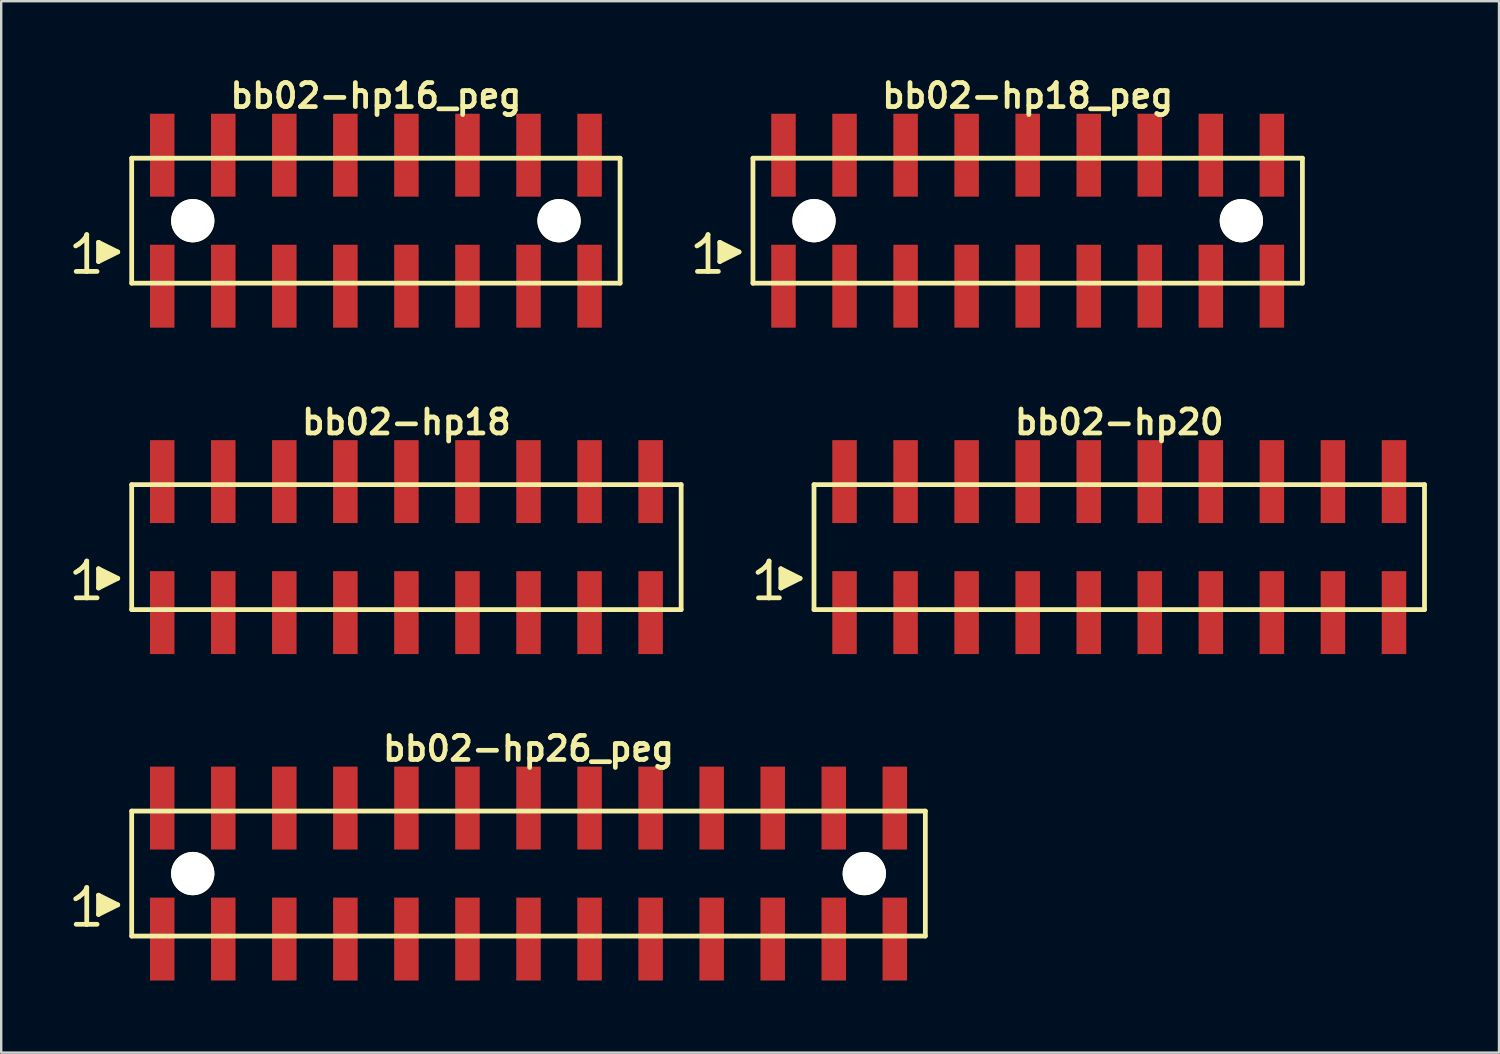
<source format=kicad_pcb>
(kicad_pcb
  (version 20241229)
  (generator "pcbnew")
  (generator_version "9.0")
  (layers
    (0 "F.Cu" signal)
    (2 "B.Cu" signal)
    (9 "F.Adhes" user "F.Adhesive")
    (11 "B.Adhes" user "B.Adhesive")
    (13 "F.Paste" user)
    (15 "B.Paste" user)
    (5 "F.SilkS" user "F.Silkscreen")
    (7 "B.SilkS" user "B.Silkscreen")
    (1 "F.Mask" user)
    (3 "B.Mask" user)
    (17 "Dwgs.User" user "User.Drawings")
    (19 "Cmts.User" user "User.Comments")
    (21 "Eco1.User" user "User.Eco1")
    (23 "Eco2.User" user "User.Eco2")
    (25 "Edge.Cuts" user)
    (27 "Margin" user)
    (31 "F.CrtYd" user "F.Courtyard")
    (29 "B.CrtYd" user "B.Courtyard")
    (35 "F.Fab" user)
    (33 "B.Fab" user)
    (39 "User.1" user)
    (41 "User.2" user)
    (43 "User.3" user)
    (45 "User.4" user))
  (footprint "bb02-hp18_peg"
    (layer "F.Cu")
    (at 39.707 6.132)
    (property "Reference" "bb02-hp18_peg" (at 0 -5.2 0) (layer "F.SilkS") (effects (font (size 0.998 0.998) (thickness 0.198))))
    (attr smd)
    (fp_line (start -13.76 1.05) (end -13.63 0.97) (stroke (width 0.198) (type solid)) (layer "F.SilkS"))
    (fp_line (start -13.63 0.97) (end -13.47 0.84) (stroke (width 0.198) (type solid)) (layer "F.SilkS"))
    (fp_line (start -13.47 0.84) (end -13.33 0.67) (stroke (width 0.198) (type solid)) (layer "F.SilkS"))
    (fp_line (start -13.33 0.67) (end -13.3 0.58) (stroke (width 0.198) (type solid)) (layer "F.SilkS"))
    (fp_line (start -13.3 0.58) (end -13.3 2.11) (stroke (width 0.198) (type solid)) (layer "F.SilkS"))
    (fp_line (start -13.3 2.11) (end -13.74 2.11) (stroke (width 0.198) (type solid)) (layer "F.SilkS"))
    (fp_line (start -12.87 2.11) (end -13.31 2.11) (stroke (width 0.198) (type solid)) (layer "F.SilkS"))
    (fp_line (start -12.81 0.9) (end -12.01 1.3) (stroke (width 0.198) (type solid)) (layer "F.SilkS"))
    (fp_line (start -12.81 1.7) (end -12.81 0.9) (stroke (width 0.198) (type solid)) (layer "F.SilkS"))
    (fp_line (start -12.71 1.6) (end -12.71 1) (stroke (width 0.198) (type solid)) (layer "F.SilkS"))
    (fp_line (start -12.61 1.1) (end -12.61 1.5) (stroke (width 0.198) (type solid)) (layer "F.SilkS"))
    (fp_line (start -12.51 1.5) (end -12.51 1.1) (stroke (width 0.198) (type solid)) (layer "F.SilkS"))
    (fp_line (start -12.41 1.2) (end -12.41 1.4) (stroke (width 0.198) (type solid)) (layer "F.SilkS"))
    (fp_line (start -12.31 1.4) (end -12.31 1.2) (stroke (width 0.198) (type solid)) (layer "F.SilkS"))
    (fp_line (start -12.01 1.3) (end -12.81 1.7) (stroke (width 0.198) (type solid)) (layer "F.SilkS"))
    (fp_line (start -11.43 -2.6) (end -11.43 2.6) (stroke (width 0.198) (type solid)) (layer "F.SilkS"))
    (fp_line (start -11.43 -2.6) (end 11.43 -2.6) (stroke (width 0.198) (type solid)) (layer "F.SilkS"))
    (fp_line (start 11.43 2.6) (end -11.43 2.6) (stroke (width 0.198) (type solid)) (layer "F.SilkS"))
    (fp_line (start 11.43 2.6) (end 11.43 -2.6) (stroke (width 0.198) (type solid)) (layer "F.SilkS"))
    (pad "" np_thru_hole circle (at -8.89 0) (size 1.8 1.8) (drill 1.8) (layers "*.Cu" "*.Mask" "F.SilkS"))
    (pad "" np_thru_hole circle (at 8.89 0) (size 1.8 1.8) (drill 1.8) (layers "*.Cu" "*.Mask" "F.SilkS"))
    (pad "1" smd rect (at -10.16 2.725) (size 1.02 3.45) (layers "F.Cu" "F.Mask" "F.Paste"))
    (pad "2" smd rect (at -10.16 -2.725) (size 1.02 3.45) (layers "F.Cu" "F.Mask" "F.Paste"))
    (pad "3" smd rect (at -7.62 2.725) (size 1.02 3.45) (layers "F.Cu" "F.Mask" "F.Paste"))
    (pad "4" smd rect (at -7.62 -2.725) (size 1.02 3.45) (layers "F.Cu" "F.Mask" "F.Paste"))
    (pad "5" smd rect (at -5.08 2.725) (size 1.02 3.45) (layers "F.Cu" "F.Mask" "F.Paste"))
    (pad "6" smd rect (at -5.08 -2.725) (size 1.02 3.45) (layers "F.Cu" "F.Mask" "F.Paste"))
    (pad "7" smd rect (at -2.54 2.725) (size 1.02 3.45) (layers "F.Cu" "F.Mask" "F.Paste"))
    (pad "8" smd rect (at -2.54 -2.725) (size 1.02 3.45) (layers "F.Cu" "F.Mask" "F.Paste"))
    (pad "9" smd rect (at 0 2.725) (size 1.02 3.45) (layers "F.Cu" "F.Mask" "F.Paste"))
    (pad "10" smd rect (at 0 -2.725) (size 1.02 3.45) (layers "F.Cu" "F.Mask" "F.Paste"))
    (pad "11" smd rect (at 2.54 2.725) (size 1.02 3.45) (layers "F.Cu" "F.Mask" "F.Paste"))
    (pad "12" smd rect (at 2.54 -2.725) (size 1.02 3.45) (layers "F.Cu" "F.Mask" "F.Paste"))
    (pad "13" smd rect (at 5.08 2.725) (size 1.02 3.45) (layers "F.Cu" "F.Mask" "F.Paste"))
    (pad "14" smd rect (at 5.08 -2.725) (size 1.02 3.45) (layers "F.Cu" "F.Mask" "F.Paste"))
    (pad "15" smd rect (at 7.62 2.725) (size 1.02 3.45) (layers "F.Cu" "F.Mask" "F.Paste"))
    (pad "16" smd rect (at 7.62 -2.725) (size 1.02 3.45) (layers "F.Cu" "F.Mask" "F.Paste"))
    (pad "17" smd rect (at 10.16 2.725) (size 1.02 3.45) (layers "F.Cu" "F.Mask" "F.Paste"))
    (pad "18" smd rect (at 10.16 -2.725) (size 1.02 3.45) (layers "F.Cu" "F.Mask" "F.Paste")))
  (footprint "bb02-hp20"
    (layer "F.Cu")
    (at 43.517 19.713)
    (property "Reference" "bb02-hp20" (at 0 -5.2 0) (layer "F.SilkS") (effects (font (size 0.998 0.998) (thickness 0.198))))
    (attr smd)
    (fp_line (start -15.03 1.05) (end -14.9 0.97) (stroke (width 0.198) (type solid)) (layer "F.SilkS"))
    (fp_line (start -14.9 0.97) (end -14.74 0.84) (stroke (width 0.198) (type solid)) (layer "F.SilkS"))
    (fp_line (start -14.74 0.84) (end -14.6 0.67) (stroke (width 0.198) (type solid)) (layer "F.SilkS"))
    (fp_line (start -14.6 0.67) (end -14.57 0.58) (stroke (width 0.198) (type solid)) (layer "F.SilkS"))
    (fp_line (start -14.57 0.58) (end -14.57 2.11) (stroke (width 0.198) (type solid)) (layer "F.SilkS"))
    (fp_line (start -14.57 2.11) (end -15.01 2.11) (stroke (width 0.198) (type solid)) (layer "F.SilkS"))
    (fp_line (start -14.14 2.11) (end -14.58 2.11) (stroke (width 0.198) (type solid)) (layer "F.SilkS"))
    (fp_line (start -14.08 0.9) (end -13.28 1.3) (stroke (width 0.198) (type solid)) (layer "F.SilkS"))
    (fp_line (start -14.08 1.7) (end -14.08 0.9) (stroke (width 0.198) (type solid)) (layer "F.SilkS"))
    (fp_line (start -13.98 1.6) (end -13.98 1) (stroke (width 0.198) (type solid)) (layer "F.SilkS"))
    (fp_line (start -13.88 1.1) (end -13.88 1.5) (stroke (width 0.198) (type solid)) (layer "F.SilkS"))
    (fp_line (start -13.78 1.5) (end -13.78 1.1) (stroke (width 0.198) (type solid)) (layer "F.SilkS"))
    (fp_line (start -13.68 1.2) (end -13.68 1.4) (stroke (width 0.198) (type solid)) (layer "F.SilkS"))
    (fp_line (start -13.58 1.4) (end -13.58 1.2) (stroke (width 0.198) (type solid)) (layer "F.SilkS"))
    (fp_line (start -13.28 1.3) (end -14.08 1.7) (stroke (width 0.198) (type solid)) (layer "F.SilkS"))
    (fp_line (start -12.7 -2.6) (end -12.7 2.6) (stroke (width 0.198) (type solid)) (layer "F.SilkS"))
    (fp_line (start -12.7 -2.6) (end 12.7 -2.6) (stroke (width 0.198) (type solid)) (layer "F.SilkS"))
    (fp_line (start 12.7 2.6) (end -12.7 2.6) (stroke (width 0.198) (type solid)) (layer "F.SilkS"))
    (fp_line (start 12.7 2.6) (end 12.7 -2.6) (stroke (width 0.198) (type solid)) (layer "F.SilkS"))
    (pad "1" smd rect (at -11.43 2.725) (size 1.02 3.45) (layers "F.Cu" "F.Mask" "F.Paste"))
    (pad "2" smd rect (at -11.43 -2.725) (size 1.02 3.45) (layers "F.Cu" "F.Mask" "F.Paste"))
    (pad "3" smd rect (at -8.89 2.725) (size 1.02 3.45) (layers "F.Cu" "F.Mask" "F.Paste"))
    (pad "4" smd rect (at -8.89 -2.725) (size 1.02 3.45) (layers "F.Cu" "F.Mask" "F.Paste"))
    (pad "5" smd rect (at -6.35 2.725) (size 1.02 3.45) (layers "F.Cu" "F.Mask" "F.Paste"))
    (pad "6" smd rect (at -6.35 -2.725) (size 1.02 3.45) (layers "F.Cu" "F.Mask" "F.Paste"))
    (pad "7" smd rect (at -3.81 2.725) (size 1.02 3.45) (layers "F.Cu" "F.Mask" "F.Paste"))
    (pad "8" smd rect (at -3.81 -2.725) (size 1.02 3.45) (layers "F.Cu" "F.Mask" "F.Paste"))
    (pad "9" smd rect (at -1.27 2.725) (size 1.02 3.45) (layers "F.Cu" "F.Mask" "F.Paste"))
    (pad "10" smd rect (at -1.27 -2.725) (size 1.02 3.45) (layers "F.Cu" "F.Mask" "F.Paste"))
    (pad "11" smd rect (at 1.27 2.725) (size 1.02 3.45) (layers "F.Cu" "F.Mask" "F.Paste"))
    (pad "12" smd rect (at 1.27 -2.725) (size 1.02 3.45) (layers "F.Cu" "F.Mask" "F.Paste"))
    (pad "13" smd rect (at 3.81 2.725) (size 1.02 3.45) (layers "F.Cu" "F.Mask" "F.Paste"))
    (pad "14" smd rect (at 3.81 -2.725) (size 1.02 3.45) (layers "F.Cu" "F.Mask" "F.Paste"))
    (pad "15" smd rect (at 6.35 2.725) (size 1.02 3.45) (layers "F.Cu" "F.Mask" "F.Paste"))
    (pad "16" smd rect (at 6.35 -2.725) (size 1.02 3.45) (layers "F.Cu" "F.Mask" "F.Paste"))
    (pad "17" smd rect (at 8.89 2.725) (size 1.02 3.45) (layers "F.Cu" "F.Mask" "F.Paste"))
    (pad "18" smd rect (at 8.89 -2.725) (size 1.02 3.45) (layers "F.Cu" "F.Mask" "F.Paste"))
    (pad "19" smd rect (at 11.43 2.725) (size 1.02 3.45) (layers "F.Cu" "F.Mask" "F.Paste"))
    (pad "20" smd rect (at 11.43 -2.725) (size 1.02 3.45) (layers "F.Cu" "F.Mask" "F.Paste")))
  (footprint "bb02-hp26_peg"
    (layer "F.Cu")
    (at 18.939 33.295)
    (property "Reference" "bb02-hp26_peg" (at 0 -5.2 0) (layer "F.SilkS") (effects (font (size 0.998 0.998) (thickness 0.198))))
    (attr smd)
    (fp_line (start -18.84 1.05) (end -18.71 0.97) (stroke (width 0.198) (type solid)) (layer "F.SilkS"))
    (fp_line (start -18.71 0.97) (end -18.55 0.84) (stroke (width 0.198) (type solid)) (layer "F.SilkS"))
    (fp_line (start -18.55 0.84) (end -18.41 0.67) (stroke (width 0.198) (type solid)) (layer "F.SilkS"))
    (fp_line (start -18.41 0.67) (end -18.38 0.58) (stroke (width 0.198) (type solid)) (layer "F.SilkS"))
    (fp_line (start -18.38 0.58) (end -18.38 2.11) (stroke (width 0.198) (type solid)) (layer "F.SilkS"))
    (fp_line (start -18.38 2.11) (end -18.82 2.11) (stroke (width 0.198) (type solid)) (layer "F.SilkS"))
    (fp_line (start -17.95 2.11) (end -18.39 2.11) (stroke (width 0.198) (type solid)) (layer "F.SilkS"))
    (fp_line (start -17.89 0.9) (end -17.09 1.3) (stroke (width 0.198) (type solid)) (layer "F.SilkS"))
    (fp_line (start -17.89 1.7) (end -17.89 0.9) (stroke (width 0.198) (type solid)) (layer "F.SilkS"))
    (fp_line (start -17.79 1.6) (end -17.79 1) (stroke (width 0.198) (type solid)) (layer "F.SilkS"))
    (fp_line (start -17.69 1.1) (end -17.69 1.5) (stroke (width 0.198) (type solid)) (layer "F.SilkS"))
    (fp_line (start -17.59 1.5) (end -17.59 1.1) (stroke (width 0.198) (type solid)) (layer "F.SilkS"))
    (fp_line (start -17.49 1.2) (end -17.49 1.4) (stroke (width 0.198) (type solid)) (layer "F.SilkS"))
    (fp_line (start -17.39 1.4) (end -17.39 1.2) (stroke (width 0.198) (type solid)) (layer "F.SilkS"))
    (fp_line (start -17.09 1.3) (end -17.89 1.7) (stroke (width 0.198) (type solid)) (layer "F.SilkS"))
    (fp_line (start -16.51 -2.6) (end -16.51 2.6) (stroke (width 0.198) (type solid)) (layer "F.SilkS"))
    (fp_line (start -16.51 -2.6) (end 16.51 -2.6) (stroke (width 0.198) (type solid)) (layer "F.SilkS"))
    (fp_line (start 16.51 2.6) (end -16.51 2.6) (stroke (width 0.198) (type solid)) (layer "F.SilkS"))
    (fp_line (start 16.51 2.6) (end 16.51 -2.6) (stroke (width 0.198) (type solid)) (layer "F.SilkS"))
    (pad "" np_thru_hole circle (at -13.97 0) (size 1.8 1.8) (drill 1.8) (layers "*.Cu" "*.Mask" "F.SilkS"))
    (pad "" np_thru_hole circle (at 13.97 0) (size 1.8 1.8) (drill 1.8) (layers "*.Cu" "*.Mask" "F.SilkS"))
    (pad "1" smd rect (at -15.24 2.725) (size 1.02 3.45) (layers "F.Cu" "F.Mask" "F.Paste"))
    (pad "2" smd rect (at -15.24 -2.725) (size 1.02 3.45) (layers "F.Cu" "F.Mask" "F.Paste"))
    (pad "3" smd rect (at -12.7 2.725) (size 1.02 3.45) (layers "F.Cu" "F.Mask" "F.Paste"))
    (pad "4" smd rect (at -12.7 -2.725) (size 1.02 3.45) (layers "F.Cu" "F.Mask" "F.Paste"))
    (pad "5" smd rect (at -10.16 2.725) (size 1.02 3.45) (layers "F.Cu" "F.Mask" "F.Paste"))
    (pad "6" smd rect (at -10.16 -2.725) (size 1.02 3.45) (layers "F.Cu" "F.Mask" "F.Paste"))
    (pad "7" smd rect (at -7.62 2.725) (size 1.02 3.45) (layers "F.Cu" "F.Mask" "F.Paste"))
    (pad "8" smd rect (at -7.62 -2.725) (size 1.02 3.45) (layers "F.Cu" "F.Mask" "F.Paste"))
    (pad "9" smd rect (at -5.08 2.725) (size 1.02 3.45) (layers "F.Cu" "F.Mask" "F.Paste"))
    (pad "10" smd rect (at -5.08 -2.725) (size 1.02 3.45) (layers "F.Cu" "F.Mask" "F.Paste"))
    (pad "11" smd rect (at -2.54 2.725) (size 1.02 3.45) (layers "F.Cu" "F.Mask" "F.Paste"))
    (pad "12" smd rect (at -2.54 -2.725) (size 1.02 3.45) (layers "F.Cu" "F.Mask" "F.Paste"))
    (pad "13" smd rect (at 0 2.725) (size 1.02 3.45) (layers "F.Cu" "F.Mask" "F.Paste"))
    (pad "14" smd rect (at 0 -2.725) (size 1.02 3.45) (layers "F.Cu" "F.Mask" "F.Paste"))
    (pad "15" smd rect (at 2.54 2.725) (size 1.02 3.45) (layers "F.Cu" "F.Mask" "F.Paste"))
    (pad "16" smd rect (at 2.54 -2.725) (size 1.02 3.45) (layers "F.Cu" "F.Mask" "F.Paste"))
    (pad "17" smd rect (at 5.08 2.725) (size 1.02 3.45) (layers "F.Cu" "F.Mask" "F.Paste"))
    (pad "18" smd rect (at 5.08 -2.725) (size 1.02 3.45) (layers "F.Cu" "F.Mask" "F.Paste"))
    (pad "19" smd rect (at 7.62 2.725) (size 1.02 3.45) (layers "F.Cu" "F.Mask" "F.Paste"))
    (pad "20" smd rect (at 7.62 -2.725) (size 1.02 3.45) (layers "F.Cu" "F.Mask" "F.Paste"))
    (pad "21" smd rect (at 10.16 2.725) (size 1.02 3.45) (layers "F.Cu" "F.Mask" "F.Paste"))
    (pad "22" smd rect (at 10.16 -2.725) (size 1.02 3.45) (layers "F.Cu" "F.Mask" "F.Paste"))
    (pad "23" smd rect (at 12.7 2.725) (size 1.02 3.45) (layers "F.Cu" "F.Mask" "F.Paste"))
    (pad "24" smd rect (at 12.7 -2.725) (size 1.02 3.45) (layers "F.Cu" "F.Mask" "F.Paste"))
    (pad "25" smd rect (at 15.24 2.725) (size 1.02 3.45) (layers "F.Cu" "F.Mask" "F.Paste"))
    (pad "26" smd rect (at 15.24 -2.725) (size 1.02 3.45) (layers "F.Cu" "F.Mask" "F.Paste")))
  (footprint "bb02-hp18"
    (layer "F.Cu")
    (at 13.859 19.713)
    (property "Reference" "bb02-hp18" (at 0 -5.2 0) (layer "F.SilkS") (effects (font (size 0.998 0.998) (thickness 0.198))))
    (attr smd)
    (fp_line (start -13.76 1.05) (end -13.63 0.97) (stroke (width 0.198) (type solid)) (layer "F.SilkS"))
    (fp_line (start -13.63 0.97) (end -13.47 0.84) (stroke (width 0.198) (type solid)) (layer "F.SilkS"))
    (fp_line (start -13.47 0.84) (end -13.33 0.67) (stroke (width 0.198) (type solid)) (layer "F.SilkS"))
    (fp_line (start -13.33 0.67) (end -13.3 0.58) (stroke (width 0.198) (type solid)) (layer "F.SilkS"))
    (fp_line (start -13.3 0.58) (end -13.3 2.11) (stroke (width 0.198) (type solid)) (layer "F.SilkS"))
    (fp_line (start -13.3 2.11) (end -13.74 2.11) (stroke (width 0.198) (type solid)) (layer "F.SilkS"))
    (fp_line (start -12.87 2.11) (end -13.31 2.11) (stroke (width 0.198) (type solid)) (layer "F.SilkS"))
    (fp_line (start -12.81 0.9) (end -12.01 1.3) (stroke (width 0.198) (type solid)) (layer "F.SilkS"))
    (fp_line (start -12.81 1.7) (end -12.81 0.9) (stroke (width 0.198) (type solid)) (layer "F.SilkS"))
    (fp_line (start -12.71 1.6) (end -12.71 1) (stroke (width 0.198) (type solid)) (layer "F.SilkS"))
    (fp_line (start -12.61 1.1) (end -12.61 1.5) (stroke (width 0.198) (type solid)) (layer "F.SilkS"))
    (fp_line (start -12.51 1.5) (end -12.51 1.1) (stroke (width 0.198) (type solid)) (layer "F.SilkS"))
    (fp_line (start -12.41 1.2) (end -12.41 1.4) (stroke (width 0.198) (type solid)) (layer "F.SilkS"))
    (fp_line (start -12.31 1.4) (end -12.31 1.2) (stroke (width 0.198) (type solid)) (layer "F.SilkS"))
    (fp_line (start -12.01 1.3) (end -12.81 1.7) (stroke (width 0.198) (type solid)) (layer "F.SilkS"))
    (fp_line (start -11.43 -2.6) (end -11.43 2.6) (stroke (width 0.198) (type solid)) (layer "F.SilkS"))
    (fp_line (start -11.43 -2.6) (end 11.43 -2.6) (stroke (width 0.198) (type solid)) (layer "F.SilkS"))
    (fp_line (start 11.43 2.6) (end -11.43 2.6) (stroke (width 0.198) (type solid)) (layer "F.SilkS"))
    (fp_line (start 11.43 2.6) (end 11.43 -2.6) (stroke (width 0.198) (type solid)) (layer "F.SilkS"))
    (pad "1" smd rect (at -10.16 2.725) (size 1.02 3.45) (layers "F.Cu" "F.Mask" "F.Paste"))
    (pad "2" smd rect (at -10.16 -2.725) (size 1.02 3.45) (layers "F.Cu" "F.Mask" "F.Paste"))
    (pad "3" smd rect (at -7.62 2.725) (size 1.02 3.45) (layers "F.Cu" "F.Mask" "F.Paste"))
    (pad "4" smd rect (at -7.62 -2.725) (size 1.02 3.45) (layers "F.Cu" "F.Mask" "F.Paste"))
    (pad "5" smd rect (at -5.08 2.725) (size 1.02 3.45) (layers "F.Cu" "F.Mask" "F.Paste"))
    (pad "6" smd rect (at -5.08 -2.725) (size 1.02 3.45) (layers "F.Cu" "F.Mask" "F.Paste"))
    (pad "7" smd rect (at -2.54 2.725) (size 1.02 3.45) (layers "F.Cu" "F.Mask" "F.Paste"))
    (pad "8" smd rect (at -2.54 -2.725) (size 1.02 3.45) (layers "F.Cu" "F.Mask" "F.Paste"))
    (pad "9" smd rect (at 0 2.725) (size 1.02 3.45) (layers "F.Cu" "F.Mask" "F.Paste"))
    (pad "10" smd rect (at 0 -2.725) (size 1.02 3.45) (layers "F.Cu" "F.Mask" "F.Paste"))
    (pad "11" smd rect (at 2.54 2.725) (size 1.02 3.45) (layers "F.Cu" "F.Mask" "F.Paste"))
    (pad "12" smd rect (at 2.54 -2.725) (size 1.02 3.45) (layers "F.Cu" "F.Mask" "F.Paste"))
    (pad "13" smd rect (at 5.08 2.725) (size 1.02 3.45) (layers "F.Cu" "F.Mask" "F.Paste"))
    (pad "14" smd rect (at 5.08 -2.725) (size 1.02 3.45) (layers "F.Cu" "F.Mask" "F.Paste"))
    (pad "15" smd rect (at 7.62 2.725) (size 1.02 3.45) (layers "F.Cu" "F.Mask" "F.Paste"))
    (pad "16" smd rect (at 7.62 -2.725) (size 1.02 3.45) (layers "F.Cu" "F.Mask" "F.Paste"))
    (pad "17" smd rect (at 10.16 2.725) (size 1.02 3.45) (layers "F.Cu" "F.Mask" "F.Paste"))
    (pad "18" smd rect (at 10.16 -2.725) (size 1.02 3.45) (layers "F.Cu" "F.Mask" "F.Paste")))
  (footprint "bb02-hp16_peg"
    (layer "F.Cu")
    (at 12.589 6.132)
    (property "Reference" "bb02-hp16_peg" (at 0 -5.2 0) (layer "F.SilkS") (effects (font (size 0.998 0.998) (thickness 0.198))))
    (attr smd)
    (fp_line (start -12.49 1.05) (end -12.36 0.97) (stroke (width 0.198) (type solid)) (layer "F.SilkS"))
    (fp_line (start -12.36 0.97) (end -12.2 0.84) (stroke (width 0.198) (type solid)) (layer "F.SilkS"))
    (fp_line (start -12.2 0.84) (end -12.06 0.67) (stroke (width 0.198) (type solid)) (layer "F.SilkS"))
    (fp_line (start -12.06 0.67) (end -12.03 0.58) (stroke (width 0.198) (type solid)) (layer "F.SilkS"))
    (fp_line (start -12.03 0.58) (end -12.03 2.11) (stroke (width 0.198) (type solid)) (layer "F.SilkS"))
    (fp_line (start -12.03 2.11) (end -12.47 2.11) (stroke (width 0.198) (type solid)) (layer "F.SilkS"))
    (fp_line (start -11.6 2.11) (end -12.04 2.11) (stroke (width 0.198) (type solid)) (layer "F.SilkS"))
    (fp_line (start -11.54 0.9) (end -10.74 1.3) (stroke (width 0.198) (type solid)) (layer "F.SilkS"))
    (fp_line (start -11.54 1.7) (end -11.54 0.9) (stroke (width 0.198) (type solid)) (layer "F.SilkS"))
    (fp_line (start -11.44 1.6) (end -11.44 1) (stroke (width 0.198) (type solid)) (layer "F.SilkS"))
    (fp_line (start -11.34 1.1) (end -11.34 1.5) (stroke (width 0.198) (type solid)) (layer "F.SilkS"))
    (fp_line (start -11.24 1.5) (end -11.24 1.1) (stroke (width 0.198) (type solid)) (layer "F.SilkS"))
    (fp_line (start -11.14 1.2) (end -11.14 1.4) (stroke (width 0.198) (type solid)) (layer "F.SilkS"))
    (fp_line (start -11.04 1.4) (end -11.04 1.2) (stroke (width 0.198) (type solid)) (layer "F.SilkS"))
    (fp_line (start -10.74 1.3) (end -11.54 1.7) (stroke (width 0.198) (type solid)) (layer "F.SilkS"))
    (fp_line (start -10.16 -2.6) (end -10.16 2.6) (stroke (width 0.198) (type solid)) (layer "F.SilkS"))
    (fp_line (start -10.16 -2.6) (end 10.16 -2.6) (stroke (width 0.198) (type solid)) (layer "F.SilkS"))
    (fp_line (start 10.16 2.6) (end -10.16 2.6) (stroke (width 0.198) (type solid)) (layer "F.SilkS"))
    (fp_line (start 10.16 2.6) (end 10.16 -2.6) (stroke (width 0.198) (type solid)) (layer "F.SilkS"))
    (pad "" np_thru_hole circle (at -7.62 0) (size 1.8 1.8) (drill 1.8) (layers "*.Cu" "*.Mask" "F.SilkS"))
    (pad "" np_thru_hole circle (at 7.62 0) (size 1.8 1.8) (drill 1.8) (layers "*.Cu" "*.Mask" "F.SilkS"))
    (pad "1" smd rect (at -8.89 2.725) (size 1.02 3.45) (layers "F.Cu" "F.Mask" "F.Paste"))
    (pad "2" smd rect (at -8.89 -2.725) (size 1.02 3.45) (layers "F.Cu" "F.Mask" "F.Paste"))
    (pad "3" smd rect (at -6.35 2.725) (size 1.02 3.45) (layers "F.Cu" "F.Mask" "F.Paste"))
    (pad "4" smd rect (at -6.35 -2.725) (size 1.02 3.45) (layers "F.Cu" "F.Mask" "F.Paste"))
    (pad "5" smd rect (at -3.81 2.725) (size 1.02 3.45) (layers "F.Cu" "F.Mask" "F.Paste"))
    (pad "6" smd rect (at -3.81 -2.725) (size 1.02 3.45) (layers "F.Cu" "F.Mask" "F.Paste"))
    (pad "7" smd rect (at -1.27 2.725) (size 1.02 3.45) (layers "F.Cu" "F.Mask" "F.Paste"))
    (pad "8" smd rect (at -1.27 -2.725) (size 1.02 3.45) (layers "F.Cu" "F.Mask" "F.Paste"))
    (pad "9" smd rect (at 1.27 2.725) (size 1.02 3.45) (layers "F.Cu" "F.Mask" "F.Paste"))
    (pad "10" smd rect (at 1.27 -2.725) (size 1.02 3.45) (layers "F.Cu" "F.Mask" "F.Paste"))
    (pad "11" smd rect (at 3.81 2.725) (size 1.02 3.45) (layers "F.Cu" "F.Mask" "F.Paste"))
    (pad "12" smd rect (at 3.81 -2.725) (size 1.02 3.45) (layers "F.Cu" "F.Mask" "F.Paste"))
    (pad "13" smd rect (at 6.35 2.725) (size 1.02 3.45) (layers "F.Cu" "F.Mask" "F.Paste"))
    (pad "14" smd rect (at 6.35 -2.725) (size 1.02 3.45) (layers "F.Cu" "F.Mask" "F.Paste"))
    (pad "15" smd rect (at 8.89 2.725) (size 1.02 3.45) (layers "F.Cu" "F.Mask" "F.Paste"))
    (pad "16" smd rect (at 8.89 -2.725) (size 1.02 3.45) (layers "F.Cu" "F.Mask" "F.Paste")))
  (gr_rect
    (start -3 -3)
    (end 59.316 40.745)
    (stroke (width 0.1) (type default))
    (fill no)
    (layer "Edge.Cuts")))
</source>
